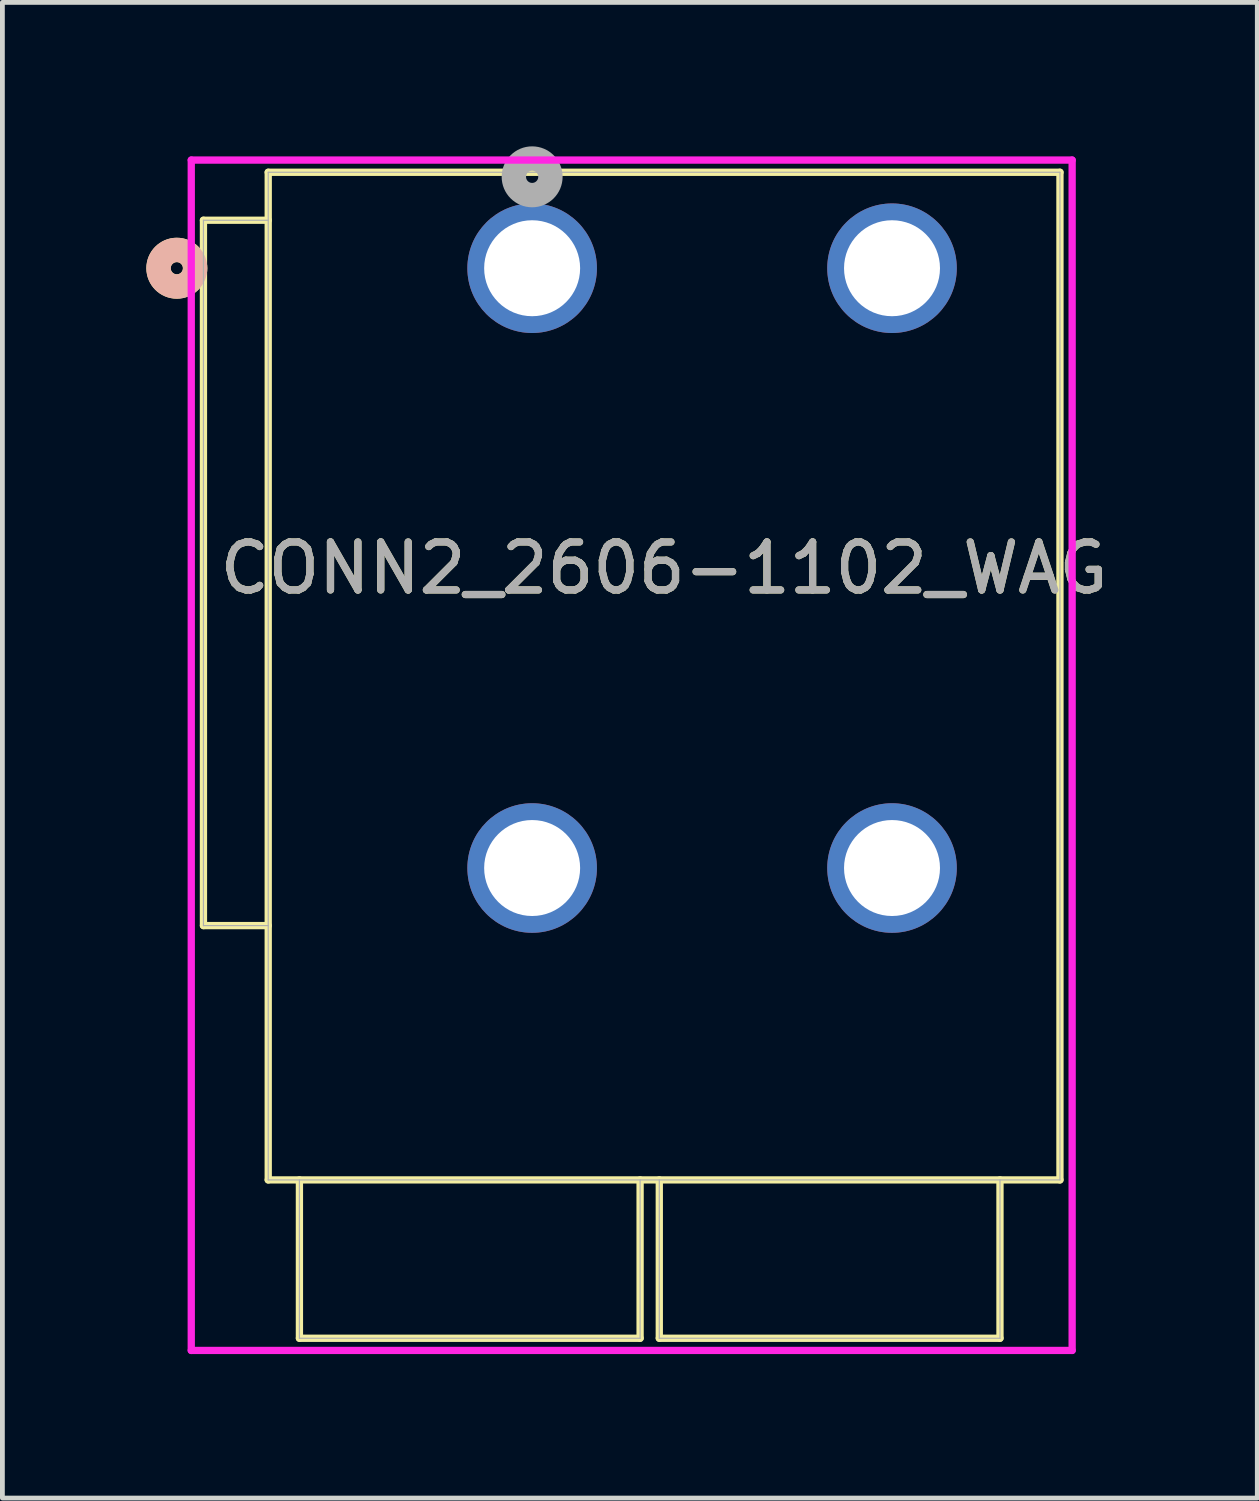
<source format=kicad_pcb>
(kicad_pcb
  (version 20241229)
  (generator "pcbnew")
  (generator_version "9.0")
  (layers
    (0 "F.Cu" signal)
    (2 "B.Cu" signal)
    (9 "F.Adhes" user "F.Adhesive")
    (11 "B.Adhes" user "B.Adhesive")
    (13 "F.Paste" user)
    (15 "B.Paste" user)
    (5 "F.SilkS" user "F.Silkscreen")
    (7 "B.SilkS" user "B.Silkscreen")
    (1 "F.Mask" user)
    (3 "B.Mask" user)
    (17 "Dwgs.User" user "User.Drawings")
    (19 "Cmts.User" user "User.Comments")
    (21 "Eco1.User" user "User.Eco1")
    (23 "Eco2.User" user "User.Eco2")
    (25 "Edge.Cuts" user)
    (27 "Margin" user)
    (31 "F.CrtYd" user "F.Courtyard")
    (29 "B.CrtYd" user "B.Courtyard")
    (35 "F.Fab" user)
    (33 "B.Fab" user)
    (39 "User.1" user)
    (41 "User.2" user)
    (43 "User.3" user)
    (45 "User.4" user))
  (footprint "CONN2_2606-1102_WAG"
    (layer "F.Cu")
    (at 8.04 2.54)
    (property "Reference" "CONN2_2606-1102_WAG" (at 2.75 6.25 0) (unlocked yes) (layer "F.SilkS") (effects (font (size 1 1) (thickness 0.15))))
    (attr through_hole)
    (fp_line (start -6.85 13.7) (end -6.85 -1) (stroke (width 0.152) (type solid)) (layer "F.SilkS"))
    (fp_line (start -5.5 -1) (end -6.85 -1) (stroke (width 0.152) (type solid)) (layer "F.SilkS"))
    (fp_line (start -5.5 13.7) (end -6.85 13.7) (stroke (width 0.152) (type solid)) (layer "F.SilkS"))
    (fp_line (start -5.5 -2) (end 11 -2) (stroke (width 0.152) (type solid)) (layer "F.SilkS"))
    (fp_line (start -5.5 19) (end -5.5 -2) (stroke (width 0.152) (type solid)) (layer "F.SilkS"))
    (fp_line (start -5.5 19) (end 11 19) (stroke (width 0.152) (type solid)) (layer "F.SilkS"))
    (fp_line (start -4.85 19) (end -4.85 22.3) (stroke (width 0.152) (type solid)) (layer "F.SilkS"))
    (fp_line (start -4.85 22.3) (end 2.25 22.3) (stroke (width 0.152) (type solid)) (layer "F.SilkS"))
    (fp_line (start 2.25 19) (end 2.25 22.3) (stroke (width 0.152) (type solid)) (layer "F.SilkS"))
    (fp_line (start 2.65 19) (end 2.65 22.3) (stroke (width 0.152) (type solid)) (layer "F.SilkS"))
    (fp_line (start 2.65 22.3) (end 9.75 22.3) (stroke (width 0.152) (type solid)) (layer "F.SilkS"))
    (fp_line (start 9.75 19) (end 9.75 22.3) (stroke (width 0.152) (type solid)) (layer "F.SilkS"))
    (fp_line (start 11 -2) (end 11 19) (stroke (width 0.152) (type solid)) (layer "F.SilkS"))
    (fp_circle (center -7.405 0) (end -7.024 0) (stroke (width 0.508) (type solid)) (fill no) (layer "F.SilkS"))
    (fp_circle (center -7.405 0) (end -7.024 0) (stroke (width 0.508) (type solid)) (fill no) (layer "B.SilkS"))
    (fp_line (start -7.104 -2.254) (end -7.104 22.554) (stroke (width 0.152) (type solid)) (layer "F.CrtYd"))
    (fp_line (start -7.104 22.554) (end 11.254 22.554) (stroke (width 0.152) (type solid)) (layer "F.CrtYd"))
    (fp_line (start 11.254 -2.254) (end -7.104 -2.254) (stroke (width 0.152) (type solid)) (layer "F.CrtYd"))
    (fp_line (start 11.254 22.554) (end 11.254 -2.254) (stroke (width 0.152) (type solid)) (layer "F.CrtYd"))
    (fp_line (start -6.85 13.7) (end -6.85 -1) (stroke (width 0.025) (type solid)) (layer "F.Fab"))
    (fp_line (start -5.5 -1) (end -6.85 -1) (stroke (width 0.025) (type solid)) (layer "F.Fab"))
    (fp_line (start -5.5 13.7) (end -6.85 13.7) (stroke (width 0.025) (type solid)) (layer "F.Fab"))
    (fp_line (start -5.5 -2) (end 11 -2) (stroke (width 0.025) (type solid)) (layer "F.Fab"))
    (fp_line (start -5.5 19) (end -5.5 -2) (stroke (width 0.025) (type solid)) (layer "F.Fab"))
    (fp_line (start -5.5 19) (end 11 19) (stroke (width 0.025) (type solid)) (layer "F.Fab"))
    (fp_line (start -4.85 19) (end -4.85 22.3) (stroke (width 0.025) (type solid)) (layer "F.Fab"))
    (fp_line (start -4.85 22.3) (end 2.25 22.3) (stroke (width 0.025) (type solid)) (layer "F.Fab"))
    (fp_line (start 2.25 19) (end 2.25 22.3) (stroke (width 0.025) (type solid)) (layer "F.Fab"))
    (fp_line (start 2.65 19) (end 2.65 22.3) (stroke (width 0.025) (type solid)) (layer "F.Fab"))
    (fp_line (start 2.65 22.3) (end 9.75 22.3) (stroke (width 0.025) (type solid)) (layer "F.Fab"))
    (fp_line (start 9.75 19) (end 9.75 22.3) (stroke (width 0.025) (type solid)) (layer "F.Fab"))
    (fp_line (start 11 -2) (end 11 19) (stroke (width 0.025) (type solid)) (layer "F.Fab"))
    (fp_circle (center 0 -1.905) (end 0.381 -1.905) (stroke (width 0.508) (type solid)) (fill no) (layer "F.Fab"))
    (fp_text user "${REFERENCE}" (at 2.75 6.25 0) (unlocked yes) (layer "F.Fab") (effects (font (size 1 1) (thickness 0.15))))
    (pad "1" thru_hole circle (at 0 0) (size 2.7 2.7) (drill 2) (layers "*.Cu" "*.Mask"))
    (pad "2" thru_hole circle (at 0 12.5) (size 2.7 2.7) (drill 2) (layers "*.Cu" "*.Mask"))
    (pad "3" thru_hole circle (at 7.5 0) (size 2.7 2.7) (drill 2) (layers "*.Cu" "*.Mask"))
    (pad "4" thru_hole circle (at 7.5 12.5) (size 2.7 2.7) (drill 2) (layers "*.Cu" "*.Mask")))
  (gr_rect
    (start -3 -3)
    (end 23.153 28.17)
    (stroke (width 0.1) (type default))
    (fill no)
    (layer "Edge.Cuts")))
</source>
